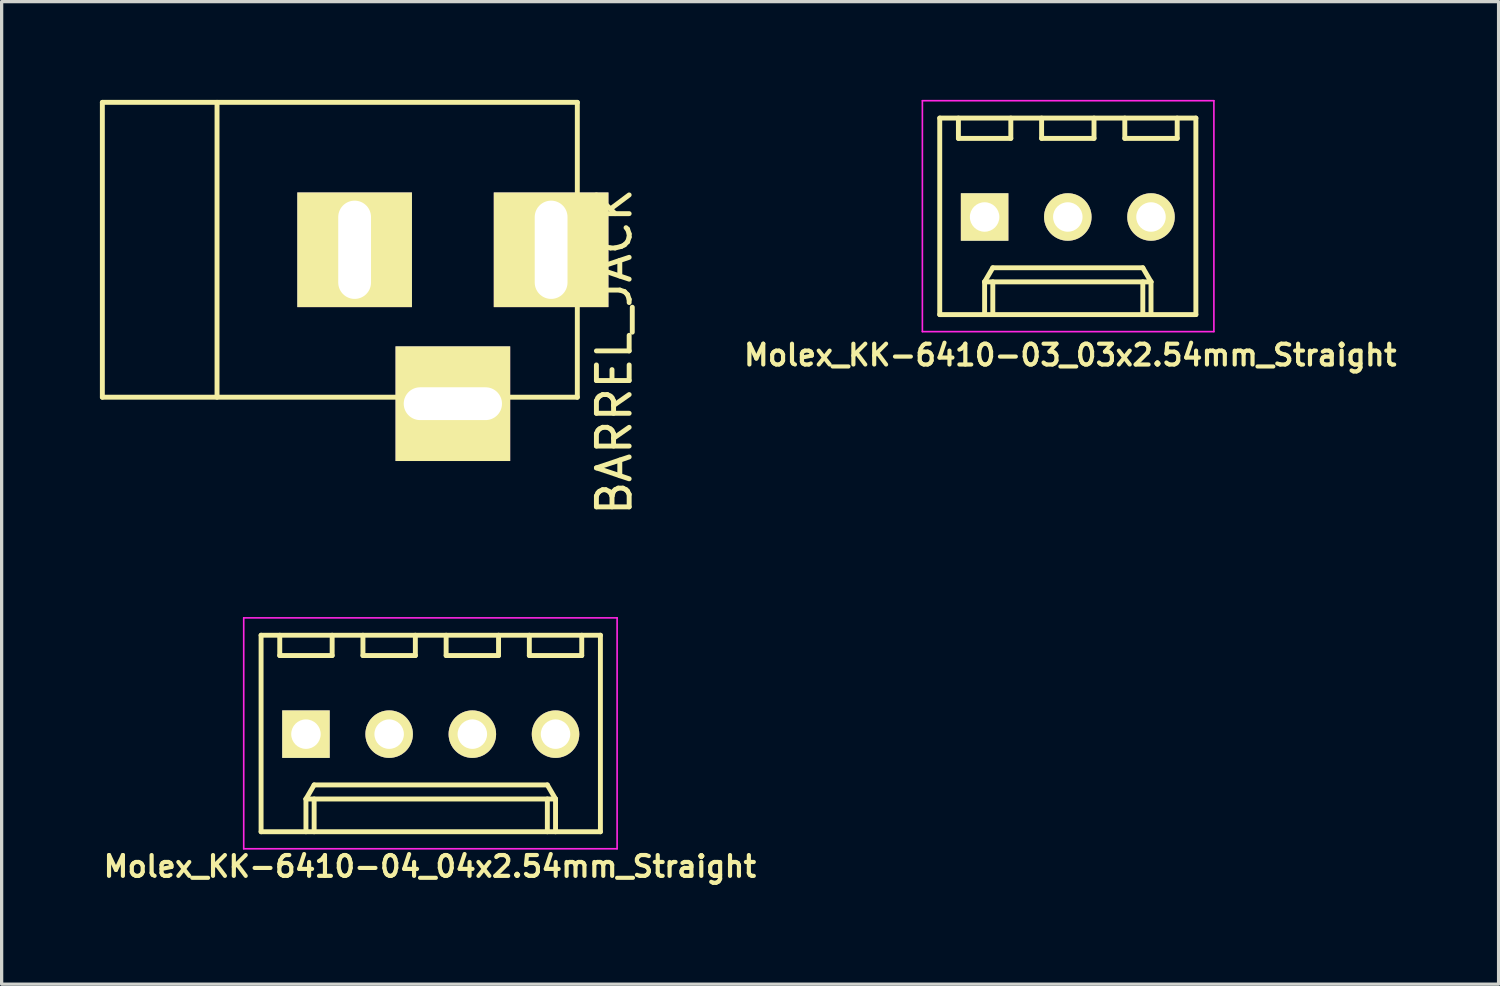
<source format=kicad_pcb>
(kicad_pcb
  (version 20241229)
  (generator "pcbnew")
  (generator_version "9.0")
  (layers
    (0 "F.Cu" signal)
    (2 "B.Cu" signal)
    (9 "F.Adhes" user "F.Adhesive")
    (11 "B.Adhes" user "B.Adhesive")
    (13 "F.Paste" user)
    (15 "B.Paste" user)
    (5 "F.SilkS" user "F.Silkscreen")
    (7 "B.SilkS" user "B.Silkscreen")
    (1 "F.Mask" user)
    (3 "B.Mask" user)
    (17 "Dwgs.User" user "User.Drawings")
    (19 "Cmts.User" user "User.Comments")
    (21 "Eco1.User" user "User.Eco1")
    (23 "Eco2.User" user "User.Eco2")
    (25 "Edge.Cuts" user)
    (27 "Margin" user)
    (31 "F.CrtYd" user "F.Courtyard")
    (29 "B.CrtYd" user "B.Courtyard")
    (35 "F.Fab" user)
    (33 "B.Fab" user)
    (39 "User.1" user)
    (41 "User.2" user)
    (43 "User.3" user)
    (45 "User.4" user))
  (footprint "Molex_KK-6410-03_03x2.54mm_Straight"
    (layer "F.Cu")
    (at 29.551 3.575)
    (property "Reference" "Molex_KK-6410-03_03x2.54mm_Straight" (at 0.076 4.216 0) (layer "F.SilkS") (effects (font (size 0.635 0.635) (thickness 0.127))))
    (attr through_hole)
    (fp_line (start -3.91 -3.02) (end -3.91 2.98) (stroke (width 0.15) (type solid)) (layer "F.SilkS"))
    (fp_line (start -3.91 2.98) (end 3.91 2.98) (stroke (width 0.15) (type solid)) (layer "F.SilkS"))
    (fp_line (start -3.34 -3.02) (end -3.34 -2.4) (stroke (width 0.15) (type solid)) (layer "F.SilkS"))
    (fp_line (start -3.34 -2.4) (end -1.74 -2.4) (stroke (width 0.15) (type solid)) (layer "F.SilkS"))
    (fp_line (start -2.54 1.98) (end -2.29 1.55) (stroke (width 0.15) (type solid)) (layer "F.SilkS"))
    (fp_line (start -2.54 1.98) (end 2.54 1.98) (stroke (width 0.15) (type solid)) (layer "F.SilkS"))
    (fp_line (start -2.54 2.98) (end -2.54 1.98) (stroke (width 0.15) (type solid)) (layer "F.SilkS"))
    (fp_line (start -2.29 1.55) (end 2.29 1.55) (stroke (width 0.15) (type solid)) (layer "F.SilkS"))
    (fp_line (start -2.29 2.98) (end -2.29 1.98) (stroke (width 0.15) (type solid)) (layer "F.SilkS"))
    (fp_line (start -1.74 -2.4) (end -1.74 -3.02) (stroke (width 0.15) (type solid)) (layer "F.SilkS"))
    (fp_line (start -0.8 -3.02) (end -0.8 -2.4) (stroke (width 0.15) (type solid)) (layer "F.SilkS"))
    (fp_line (start -0.8 -2.4) (end 0.8 -2.4) (stroke (width 0.15) (type solid)) (layer "F.SilkS"))
    (fp_line (start 0.8 -2.4) (end 0.8 -3.02) (stroke (width 0.15) (type solid)) (layer "F.SilkS"))
    (fp_line (start 1.74 -3.02) (end 1.74 -2.4) (stroke (width 0.15) (type solid)) (layer "F.SilkS"))
    (fp_line (start 1.74 -2.4) (end 3.34 -2.4) (stroke (width 0.15) (type solid)) (layer "F.SilkS"))
    (fp_line (start 2.29 1.55) (end 2.54 1.98) (stroke (width 0.15) (type solid)) (layer "F.SilkS"))
    (fp_line (start 2.29 2.98) (end 2.29 1.98) (stroke (width 0.15) (type solid)) (layer "F.SilkS"))
    (fp_line (start 2.54 1.98) (end 2.54 2.98) (stroke (width 0.15) (type solid)) (layer "F.SilkS"))
    (fp_line (start 3.34 -2.4) (end 3.34 -3.02) (stroke (width 0.15) (type solid)) (layer "F.SilkS"))
    (fp_line (start 3.91 -3.02) (end -3.91 -3.02) (stroke (width 0.15) (type solid)) (layer "F.SilkS"))
    (fp_line (start 3.91 2.98) (end 3.91 -3.02) (stroke (width 0.15) (type solid)) (layer "F.SilkS"))
    (fp_line (start -4.44 -3.55) (end 4.46 -3.55) (stroke (width 0.05) (type solid)) (layer "F.CrtYd"))
    (fp_line (start -4.44 3.5) (end -4.44 -3.55) (stroke (width 0.05) (type solid)) (layer "F.CrtYd"))
    (fp_line (start 4.46 -3.55) (end 4.46 3.5) (stroke (width 0.05) (type solid)) (layer "F.CrtYd"))
    (fp_line (start 4.46 3.5) (end -4.44 3.5) (stroke (width 0.05) (type solid)) (layer "F.CrtYd"))
    (pad "1" thru_hole rect (at -2.54 0) (size 1.45 1.45) (drill 0.9) (layers "*.Cu" "*.Mask" "F.SilkS"))
    (pad "2" thru_hole oval (at 0 0) (size 1.45 1.45) (drill 0.9) (layers "*.Cu" "*.Mask" "F.SilkS"))
    (pad "3" thru_hole oval (at 2.54 0) (size 1.45 1.45) (drill 0.9) (layers "*.Cu" "*.Mask" "F.SilkS")))
  (footprint "BARREL_JACK"
    (layer "F.Cu")
    (at 7.576 4.576)
    (property "Reference" "BARREL_JACK" (at 8.128 3.111 90) (layer "F.SilkS") (effects (font (size 1 1) (thickness 0.15))))
    (attr through_hole)
    (fp_line (start -7.501 -4.501) (end -7.501 4.501) (stroke (width 0.15) (type solid)) (layer "F.SilkS"))
    (fp_line (start -7.501 4.501) (end 7 4.501) (stroke (width 0.15) (type solid)) (layer "F.SilkS"))
    (fp_line (start -4 -4.501) (end -4 4.501) (stroke (width 0.15) (type solid)) (layer "F.SilkS"))
    (fp_line (start 7 -4.501) (end -7.501 -4.501) (stroke (width 0.15) (type solid)) (layer "F.SilkS"))
    (fp_line (start 7 4.501) (end 7 -4.501) (stroke (width 0.15) (type solid)) (layer "F.SilkS"))
    (pad "1" thru_hole rect (at 6.2 0) (size 3.5 3.5) (drill oval 1.001 3) (layers "*.Cu" "*.Mask" "F.SilkS"))
    (pad "2" thru_hole rect (at 0.201 0) (size 3.5 3.5) (drill oval 1.001 3) (layers "*.Cu" "*.Mask" "F.SilkS"))
    (pad "3" thru_hole rect (at 3.2 4.699) (size 3.5 3.5) (drill oval 3 1.001) (layers "*.Cu" "*.Mask" "F.SilkS")))
  (footprint "Molex_KK-6410-04_04x2.54mm_Straight"
    (layer "F.Cu")
    (at 10.101 19.364)
    (property "Reference" "Molex_KK-6410-04_04x2.54mm_Straight" (at -0.025 4.039 180) (layer "F.SilkS") (effects (font (size 0.635 0.635) (thickness 0.127))))
    (attr through_hole)
    (fp_line (start -5.18 -3.02) (end -5.18 2.98) (stroke (width 0.15) (type solid)) (layer "F.SilkS"))
    (fp_line (start -5.18 2.98) (end 5.18 2.98) (stroke (width 0.15) (type solid)) (layer "F.SilkS"))
    (fp_line (start -4.61 -3.02) (end -4.61 -2.4) (stroke (width 0.15) (type solid)) (layer "F.SilkS"))
    (fp_line (start -4.61 -2.4) (end -3.01 -2.4) (stroke (width 0.15) (type solid)) (layer "F.SilkS"))
    (fp_line (start -3.81 1.98) (end -3.56 1.55) (stroke (width 0.15) (type solid)) (layer "F.SilkS"))
    (fp_line (start -3.81 1.98) (end 3.81 1.98) (stroke (width 0.15) (type solid)) (layer "F.SilkS"))
    (fp_line (start -3.81 2.98) (end -3.81 1.98) (stroke (width 0.15) (type solid)) (layer "F.SilkS"))
    (fp_line (start -3.56 1.55) (end 3.56 1.55) (stroke (width 0.15) (type solid)) (layer "F.SilkS"))
    (fp_line (start -3.56 2.98) (end -3.56 1.98) (stroke (width 0.15) (type solid)) (layer "F.SilkS"))
    (fp_line (start -3.01 -2.4) (end -3.01 -3.02) (stroke (width 0.15) (type solid)) (layer "F.SilkS"))
    (fp_line (start -2.07 -3.02) (end -2.07 -2.4) (stroke (width 0.15) (type solid)) (layer "F.SilkS"))
    (fp_line (start -2.07 -2.4) (end -0.47 -2.4) (stroke (width 0.15) (type solid)) (layer "F.SilkS"))
    (fp_line (start -0.47 -2.4) (end -0.47 -3.02) (stroke (width 0.15) (type solid)) (layer "F.SilkS"))
    (fp_line (start 0.47 -3.02) (end 0.47 -2.4) (stroke (width 0.15) (type solid)) (layer "F.SilkS"))
    (fp_line (start 0.47 -2.4) (end 2.07 -2.4) (stroke (width 0.15) (type solid)) (layer "F.SilkS"))
    (fp_line (start 2.07 -2.4) (end 2.07 -3.02) (stroke (width 0.15) (type solid)) (layer "F.SilkS"))
    (fp_line (start 3.01 -3.02) (end 3.01 -2.4) (stroke (width 0.15) (type solid)) (layer "F.SilkS"))
    (fp_line (start 3.01 -2.4) (end 4.61 -2.4) (stroke (width 0.15) (type solid)) (layer "F.SilkS"))
    (fp_line (start 3.56 1.55) (end 3.81 1.98) (stroke (width 0.15) (type solid)) (layer "F.SilkS"))
    (fp_line (start 3.56 2.98) (end 3.56 1.98) (stroke (width 0.15) (type solid)) (layer "F.SilkS"))
    (fp_line (start 3.81 1.98) (end 3.81 2.98) (stroke (width 0.15) (type solid)) (layer "F.SilkS"))
    (fp_line (start 4.61 -2.4) (end 4.61 -3.02) (stroke (width 0.15) (type solid)) (layer "F.SilkS"))
    (fp_line (start 5.18 -3.02) (end -5.18 -3.02) (stroke (width 0.15) (type solid)) (layer "F.SilkS"))
    (fp_line (start 5.18 2.98) (end 5.18 -3.02) (stroke (width 0.15) (type solid)) (layer "F.SilkS"))
    (fp_line (start -5.71 -3.55) (end 5.69 -3.55) (stroke (width 0.05) (type solid)) (layer "F.CrtYd"))
    (fp_line (start -5.71 3.5) (end -5.71 -3.55) (stroke (width 0.05) (type solid)) (layer "F.CrtYd"))
    (fp_line (start 5.69 -3.55) (end 5.69 3.5) (stroke (width 0.05) (type solid)) (layer "F.CrtYd"))
    (fp_line (start 5.69 3.5) (end -5.71 3.5) (stroke (width 0.05) (type solid)) (layer "F.CrtYd"))
    (pad "1" thru_hole rect (at -3.81 0) (size 1.45 1.45) (drill 0.9) (layers "*.Cu" "*.Mask" "F.SilkS"))
    (pad "2" thru_hole oval (at -1.27 0) (size 1.45 1.45) (drill 0.9) (layers "*.Cu" "*.Mask" "F.SilkS"))
    (pad "3" thru_hole oval (at 1.27 0) (size 1.45 1.45) (drill 0.9) (layers "*.Cu" "*.Mask" "F.SilkS"))
    (pad "4" thru_hole oval (at 3.81 0) (size 1.45 1.45) (drill 0.9) (layers "*.Cu" "*.Mask" "F.SilkS")))
  (gr_rect
    (start -3 -3)
    (end 42.703 26.997)
    (stroke (width 0.1) (type default))
    (fill no)
    (layer "Edge.Cuts")))
</source>
